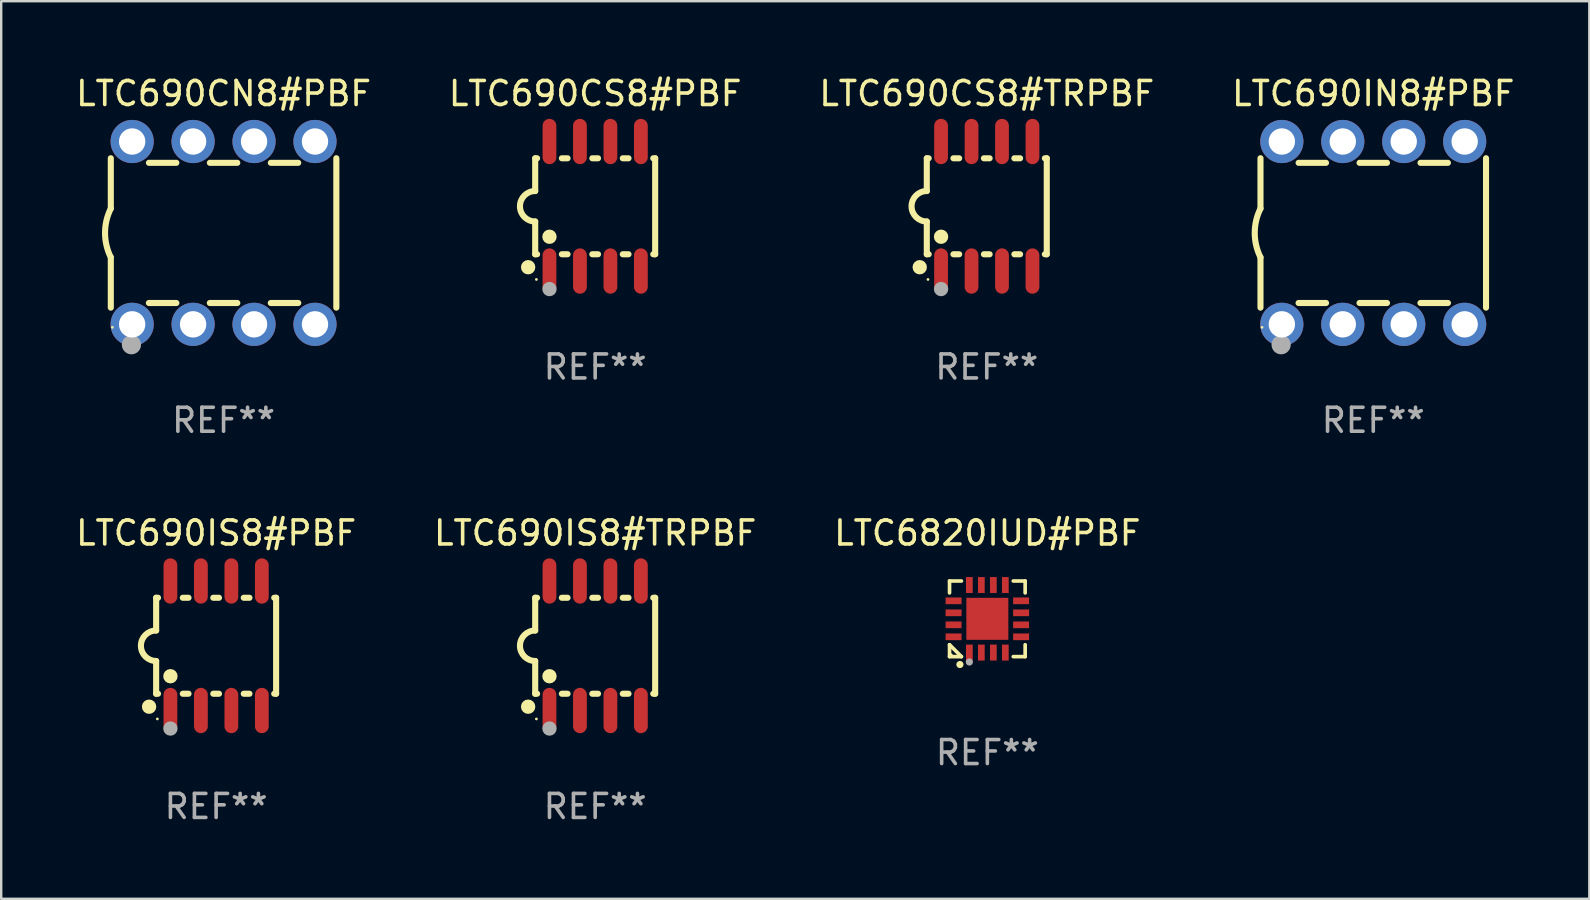
<source format=kicad_pcb>
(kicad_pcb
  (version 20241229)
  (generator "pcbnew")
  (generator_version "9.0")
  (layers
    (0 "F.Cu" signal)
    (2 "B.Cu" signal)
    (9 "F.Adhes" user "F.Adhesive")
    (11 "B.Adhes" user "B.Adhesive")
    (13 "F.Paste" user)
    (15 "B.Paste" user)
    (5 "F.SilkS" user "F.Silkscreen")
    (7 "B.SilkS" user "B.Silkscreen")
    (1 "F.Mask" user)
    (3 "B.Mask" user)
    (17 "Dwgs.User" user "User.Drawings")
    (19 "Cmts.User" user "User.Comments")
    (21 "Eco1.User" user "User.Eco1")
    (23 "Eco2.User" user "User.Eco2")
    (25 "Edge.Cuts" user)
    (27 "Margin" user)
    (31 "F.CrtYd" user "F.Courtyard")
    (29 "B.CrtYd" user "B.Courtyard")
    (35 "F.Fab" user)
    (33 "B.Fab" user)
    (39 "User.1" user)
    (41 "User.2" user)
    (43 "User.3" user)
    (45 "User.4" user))
  (footprint "LTC690CS8#PBF"
    (layer "F.Cu")
    (at 21.756 5.547)
    (property "Reference" "LTC690CS8#PBF" (at 0 -4.699 0) (layer "F.SilkS") (effects (font (size 1 1) (thickness 0.15))))
    (attr through_hole)
    (fp_line (start -2.5 -2) (end -2.5 -0.635) (stroke (width 0.254) (type solid)) (layer "F.SilkS"))
    (fp_line (start -2.5 -2) (end -2.421 -2) (stroke (width 0.254) (type solid)) (layer "F.SilkS"))
    (fp_line (start -2.5 2) (end -2.5 0.635) (stroke (width 0.254) (type solid)) (layer "F.SilkS"))
    (fp_line (start -2.5 2) (end -2.421 2) (stroke (width 0.254) (type solid)) (layer "F.SilkS"))
    (fp_line (start -1.389 -2) (end -1.151 -2) (stroke (width 0.254) (type solid)) (layer "F.SilkS"))
    (fp_line (start -1.389 2) (end -1.151 2) (stroke (width 0.254) (type solid)) (layer "F.SilkS"))
    (fp_line (start -0.119 -2) (end 0.119 -2) (stroke (width 0.254) (type solid)) (layer "F.SilkS"))
    (fp_line (start -0.119 2) (end 0.119 2) (stroke (width 0.254) (type solid)) (layer "F.SilkS"))
    (fp_line (start 1.151 -2) (end 1.389 -2) (stroke (width 0.254) (type solid)) (layer "F.SilkS"))
    (fp_line (start 1.151 2) (end 1.389 2) (stroke (width 0.254) (type solid)) (layer "F.SilkS"))
    (fp_line (start 2.421 -2) (end 2.5 -2) (stroke (width 0.254) (type solid)) (layer "F.SilkS"))
    (fp_line (start 2.421 2) (end 2.5 2) (stroke (width 0.254) (type solid)) (layer "F.SilkS"))
    (fp_line (start 2.5 -2) (end 2.5 2) (stroke (width 0.254) (type solid)) (layer "F.SilkS"))
    (fp_arc (start -2.5 0.635001) (mid -3.134366 -0.000318) (end -2.499365 -0.635001) (stroke (width 0.254001) (type solid)) (layer "F.SilkS"))
    (fp_circle (center -2.794 2.54) (end -2.644 2.54) (stroke (width 0.3) (type solid)) (fill no) (layer "F.SilkS"))
    (fp_circle (center -2.45 3.05) (end -2.42 3.05) (stroke (width 0.06) (type solid)) (fill no) (layer "F.SilkS"))
    (fp_circle (center -1.905 1.27) (end -1.755 1.27) (stroke (width 0.3) (type solid)) (fill no) (layer "F.SilkS"))
    (fp_circle (center -1.905 3.45) (end -1.755 3.45) (stroke (width 0.3) (type solid)) (fill no) (layer "F.Fab"))
    (fp_text user "REF**" (at 0 6.699 0) (layer "F.Fab") (effects (font (size 1 1) (thickness 0.15))))
    (pad "1" smd oval (at -1.905 2.699) (size 0.574 1.888) (layers "F.Cu" "F.Mask" "F.Paste"))
    (pad "2" smd oval (at -0.635 2.699) (size 0.574 1.888) (layers "F.Cu" "F.Mask" "F.Paste"))
    (pad "3" smd oval (at 0.635 2.699) (size 0.574 1.888) (layers "F.Cu" "F.Mask" "F.Paste"))
    (pad "4" smd oval (at 1.905 2.699) (size 0.574 1.888) (layers "F.Cu" "F.Mask" "F.Paste"))
    (pad "5" smd oval (at 1.905 -2.699) (size 0.574 1.888) (layers "F.Cu" "F.Mask" "F.Paste"))
    (pad "6" smd oval (at 0.635 -2.699) (size 0.574 1.888) (layers "F.Cu" "F.Mask" "F.Paste"))
    (pad "7" smd oval (at -0.635 -2.699) (size 0.574 1.888) (layers "F.Cu" "F.Mask" "F.Paste"))
    (pad "8" smd oval (at -1.905 -2.699) (size 0.574 1.888) (layers "F.Cu" "F.Mask" "F.Paste")))
  (footprint "LTC690IN8#PBF"
    (layer "F.Cu")
    (at 54.185 6.658)
    (property "Reference" "LTC690IN8#PBF" (at 0 -5.81 0) (layer "F.SilkS") (effects (font (size 1 1) (thickness 0.15))))
    (attr through_hole)
    (fp_line (start -4.7 -1.017) (end -4.7 -3.113) (stroke (width 0.254) (type solid)) (layer "F.SilkS"))
    (fp_line (start -4.7 1.015) (end -4.7 3.113) (stroke (width 0.254) (type solid)) (layer "F.SilkS"))
    (fp_line (start -3.113 2.92) (end -1.967 2.92) (stroke (width 0.254) (type solid)) (layer "F.SilkS"))
    (fp_line (start -3.111 -2.922) (end -1.969 -2.922) (stroke (width 0.254) (type solid)) (layer "F.SilkS"))
    (fp_line (start -0.573 2.92) (end 0.573 2.92) (stroke (width 0.254) (type solid)) (layer "F.SilkS"))
    (fp_line (start -0.571 -2.922) (end 0.571 -2.922) (stroke (width 0.254) (type solid)) (layer "F.SilkS"))
    (fp_line (start 1.967 2.92) (end 3.113 2.92) (stroke (width 0.254) (type solid)) (layer "F.SilkS"))
    (fp_line (start 1.969 -2.922) (end 3.111 -2.922) (stroke (width 0.254) (type solid)) (layer "F.SilkS"))
    (fp_line (start 4.7 -3.113) (end 4.7 3.113) (stroke (width 0.254) (type solid)) (layer "F.SilkS"))
    (fp_arc (start -4.7 1.01524) (mid -4.939846 -0.000762) (end -4.7 -1.016764) (stroke (width 0.254001) (type solid)) (layer "F.SilkS"))
    (fp_circle (center -4.636 3.935) (end -4.606 3.935) (stroke (width 0.06) (type solid)) (fill no) (layer "F.SilkS"))
    (fp_circle (center -3.84 4.66) (end -3.64 4.66) (stroke (width 0.4) (type solid)) (fill no) (layer "F.Fab"))
    (fp_text user "REF**" (at 0 7.81 0) (layer "F.Fab") (effects (font (size 1 1) (thickness 0.15))))
    (pad "1" thru_hole circle (at -3.81 3.81) (size 1.8 1.8) (drill 1.1) (layers "*.Cu" "*.Mask"))
    (pad "2" thru_hole circle (at -1.27 3.81) (size 1.8 1.8) (drill 1.1) (layers "*.Cu" "*.Mask"))
    (pad "3" thru_hole circle (at 1.27 3.81) (size 1.8 1.8) (drill 1.1) (layers "*.Cu" "*.Mask"))
    (pad "4" thru_hole circle (at 3.81 3.81) (size 1.8 1.8) (drill 1.1) (layers "*.Cu" "*.Mask"))
    (pad "5" thru_hole circle (at 3.81 -3.81) (size 1.8 1.8) (drill 1.1) (layers "*.Cu" "*.Mask"))
    (pad "6" thru_hole circle (at 1.27 -3.81) (size 1.8 1.8) (drill 1.1) (layers "*.Cu" "*.Mask"))
    (pad "7" thru_hole circle (at -1.27 -3.81) (size 1.8 1.8) (drill 1.1) (layers "*.Cu" "*.Mask"))
    (pad "8" thru_hole circle (at -3.81 -3.81) (size 1.8 1.8) (drill 1.1) (layers "*.Cu" "*.Mask")))
  (footprint "LTC690IS8#TRPBF"
    (layer "F.Cu")
    (at 21.756 23.864)
    (property "Reference" "LTC690IS8#TRPBF" (at 0 -4.699 0) (layer "F.SilkS") (effects (font (size 1 1) (thickness 0.15))))
    (attr through_hole)
    (fp_line (start -2.5 -2) (end -2.5 -0.635) (stroke (width 0.254) (type solid)) (layer "F.SilkS"))
    (fp_line (start -2.5 -2) (end -2.421 -2) (stroke (width 0.254) (type solid)) (layer "F.SilkS"))
    (fp_line (start -2.5 2) (end -2.5 0.635) (stroke (width 0.254) (type solid)) (layer "F.SilkS"))
    (fp_line (start -2.5 2) (end -2.421 2) (stroke (width 0.254) (type solid)) (layer "F.SilkS"))
    (fp_line (start -1.389 -2) (end -1.151 -2) (stroke (width 0.254) (type solid)) (layer "F.SilkS"))
    (fp_line (start -1.389 2) (end -1.151 2) (stroke (width 0.254) (type solid)) (layer "F.SilkS"))
    (fp_line (start -0.119 -2) (end 0.119 -2) (stroke (width 0.254) (type solid)) (layer "F.SilkS"))
    (fp_line (start -0.119 2) (end 0.119 2) (stroke (width 0.254) (type solid)) (layer "F.SilkS"))
    (fp_line (start 1.151 -2) (end 1.389 -2) (stroke (width 0.254) (type solid)) (layer "F.SilkS"))
    (fp_line (start 1.151 2) (end 1.389 2) (stroke (width 0.254) (type solid)) (layer "F.SilkS"))
    (fp_line (start 2.421 -2) (end 2.5 -2) (stroke (width 0.254) (type solid)) (layer "F.SilkS"))
    (fp_line (start 2.421 2) (end 2.5 2) (stroke (width 0.254) (type solid)) (layer "F.SilkS"))
    (fp_line (start 2.5 -2) (end 2.5 2) (stroke (width 0.254) (type solid)) (layer "F.SilkS"))
    (fp_arc (start -2.5 0.635001) (mid -3.134366 -0.000318) (end -2.499365 -0.635001) (stroke (width 0.254001) (type solid)) (layer "F.SilkS"))
    (fp_circle (center -2.794 2.54) (end -2.644 2.54) (stroke (width 0.3) (type solid)) (fill no) (layer "F.SilkS"))
    (fp_circle (center -2.45 3.05) (end -2.42 3.05) (stroke (width 0.06) (type solid)) (fill no) (layer "F.SilkS"))
    (fp_circle (center -1.905 1.27) (end -1.755 1.27) (stroke (width 0.3) (type solid)) (fill no) (layer "F.SilkS"))
    (fp_circle (center -1.905 3.45) (end -1.755 3.45) (stroke (width 0.3) (type solid)) (fill no) (layer "F.Fab"))
    (fp_text user "REF**" (at 0 6.699 0) (layer "F.Fab") (effects (font (size 1 1) (thickness 0.15))))
    (pad "1" smd oval (at -1.905 2.699) (size 0.574 1.888) (layers "F.Cu" "F.Mask" "F.Paste"))
    (pad "2" smd oval (at -0.635 2.699) (size 0.574 1.888) (layers "F.Cu" "F.Mask" "F.Paste"))
    (pad "3" smd oval (at 0.635 2.699) (size 0.574 1.888) (layers "F.Cu" "F.Mask" "F.Paste"))
    (pad "4" smd oval (at 1.905 2.699) (size 0.574 1.888) (layers "F.Cu" "F.Mask" "F.Paste"))
    (pad "5" smd oval (at 1.905 -2.699) (size 0.574 1.888) (layers "F.Cu" "F.Mask" "F.Paste"))
    (pad "6" smd oval (at 0.635 -2.699) (size 0.574 1.888) (layers "F.Cu" "F.Mask" "F.Paste"))
    (pad "7" smd oval (at -0.635 -2.699) (size 0.574 1.888) (layers "F.Cu" "F.Mask" "F.Paste"))
    (pad "8" smd oval (at -1.905 -2.699) (size 0.574 1.888) (layers "F.Cu" "F.Mask" "F.Paste")))
  (footprint "LTC690IS8#PBF"
    (layer "F.Cu")
    (at 5.958 23.864)
    (property "Reference" "LTC690IS8#PBF" (at 0 -4.699 0) (layer "F.SilkS") (effects (font (size 1 1) (thickness 0.15))))
    (attr through_hole)
    (fp_line (start -2.5 -2) (end -2.5 -0.635) (stroke (width 0.254) (type solid)) (layer "F.SilkS"))
    (fp_line (start -2.5 -2) (end -2.421 -2) (stroke (width 0.254) (type solid)) (layer "F.SilkS"))
    (fp_line (start -2.5 2) (end -2.5 0.635) (stroke (width 0.254) (type solid)) (layer "F.SilkS"))
    (fp_line (start -2.5 2) (end -2.421 2) (stroke (width 0.254) (type solid)) (layer "F.SilkS"))
    (fp_line (start -1.389 -2) (end -1.151 -2) (stroke (width 0.254) (type solid)) (layer "F.SilkS"))
    (fp_line (start -1.389 2) (end -1.151 2) (stroke (width 0.254) (type solid)) (layer "F.SilkS"))
    (fp_line (start -0.119 -2) (end 0.119 -2) (stroke (width 0.254) (type solid)) (layer "F.SilkS"))
    (fp_line (start -0.119 2) (end 0.119 2) (stroke (width 0.254) (type solid)) (layer "F.SilkS"))
    (fp_line (start 1.151 -2) (end 1.389 -2) (stroke (width 0.254) (type solid)) (layer "F.SilkS"))
    (fp_line (start 1.151 2) (end 1.389 2) (stroke (width 0.254) (type solid)) (layer "F.SilkS"))
    (fp_line (start 2.421 -2) (end 2.5 -2) (stroke (width 0.254) (type solid)) (layer "F.SilkS"))
    (fp_line (start 2.421 2) (end 2.5 2) (stroke (width 0.254) (type solid)) (layer "F.SilkS"))
    (fp_line (start 2.5 -2) (end 2.5 2) (stroke (width 0.254) (type solid)) (layer "F.SilkS"))
    (fp_arc (start -2.5 0.635001) (mid -3.134366 -0.000318) (end -2.499365 -0.635001) (stroke (width 0.254001) (type solid)) (layer "F.SilkS"))
    (fp_circle (center -2.794 2.54) (end -2.644 2.54) (stroke (width 0.3) (type solid)) (fill no) (layer "F.SilkS"))
    (fp_circle (center -2.45 3.05) (end -2.42 3.05) (stroke (width 0.06) (type solid)) (fill no) (layer "F.SilkS"))
    (fp_circle (center -1.905 1.27) (end -1.755 1.27) (stroke (width 0.3) (type solid)) (fill no) (layer "F.SilkS"))
    (fp_circle (center -1.905 3.45) (end -1.755 3.45) (stroke (width 0.3) (type solid)) (fill no) (layer "F.Fab"))
    (fp_text user "REF**" (at 0 6.699 0) (layer "F.Fab") (effects (font (size 1 1) (thickness 0.15))))
    (pad "1" smd oval (at -1.905 2.699) (size 0.574 1.888) (layers "F.Cu" "F.Mask" "F.Paste"))
    (pad "2" smd oval (at -0.635 2.699) (size 0.574 1.888) (layers "F.Cu" "F.Mask" "F.Paste"))
    (pad "3" smd oval (at 0.635 2.699) (size 0.574 1.888) (layers "F.Cu" "F.Mask" "F.Paste"))
    (pad "4" smd oval (at 1.905 2.699) (size 0.574 1.888) (layers "F.Cu" "F.Mask" "F.Paste"))
    (pad "5" smd oval (at 1.905 -2.699) (size 0.574 1.888) (layers "F.Cu" "F.Mask" "F.Paste"))
    (pad "6" smd oval (at 0.635 -2.699) (size 0.574 1.888) (layers "F.Cu" "F.Mask" "F.Paste"))
    (pad "7" smd oval (at -0.635 -2.699) (size 0.574 1.888) (layers "F.Cu" "F.Mask" "F.Paste"))
    (pad "8" smd oval (at -1.905 -2.699) (size 0.574 1.888) (layers "F.Cu" "F.Mask" "F.Paste")))
  (footprint "LTC690CS8#TRPBF"
    (layer "F.Cu")
    (at 38.077 5.547)
    (property "Reference" "LTC690CS8#TRPBF" (at 0 -4.699 0) (layer "F.SilkS") (effects (font (size 1 1) (thickness 0.15))))
    (attr through_hole)
    (fp_line (start -2.5 -2) (end -2.5 -0.635) (stroke (width 0.254) (type solid)) (layer "F.SilkS"))
    (fp_line (start -2.5 -2) (end -2.421 -2) (stroke (width 0.254) (type solid)) (layer "F.SilkS"))
    (fp_line (start -2.5 2) (end -2.5 0.635) (stroke (width 0.254) (type solid)) (layer "F.SilkS"))
    (fp_line (start -2.5 2) (end -2.421 2) (stroke (width 0.254) (type solid)) (layer "F.SilkS"))
    (fp_line (start -1.389 -2) (end -1.151 -2) (stroke (width 0.254) (type solid)) (layer "F.SilkS"))
    (fp_line (start -1.389 2) (end -1.151 2) (stroke (width 0.254) (type solid)) (layer "F.SilkS"))
    (fp_line (start -0.119 -2) (end 0.119 -2) (stroke (width 0.254) (type solid)) (layer "F.SilkS"))
    (fp_line (start -0.119 2) (end 0.119 2) (stroke (width 0.254) (type solid)) (layer "F.SilkS"))
    (fp_line (start 1.151 -2) (end 1.389 -2) (stroke (width 0.254) (type solid)) (layer "F.SilkS"))
    (fp_line (start 1.151 2) (end 1.389 2) (stroke (width 0.254) (type solid)) (layer "F.SilkS"))
    (fp_line (start 2.421 -2) (end 2.5 -2) (stroke (width 0.254) (type solid)) (layer "F.SilkS"))
    (fp_line (start 2.421 2) (end 2.5 2) (stroke (width 0.254) (type solid)) (layer "F.SilkS"))
    (fp_line (start 2.5 -2) (end 2.5 2) (stroke (width 0.254) (type solid)) (layer "F.SilkS"))
    (fp_arc (start -2.5 0.635001) (mid -3.134366 -0.000318) (end -2.499365 -0.635001) (stroke (width 0.254001) (type solid)) (layer "F.SilkS"))
    (fp_circle (center -2.794 2.54) (end -2.644 2.54) (stroke (width 0.3) (type solid)) (fill no) (layer "F.SilkS"))
    (fp_circle (center -2.45 3.05) (end -2.42 3.05) (stroke (width 0.06) (type solid)) (fill no) (layer "F.SilkS"))
    (fp_circle (center -1.905 1.27) (end -1.755 1.27) (stroke (width 0.3) (type solid)) (fill no) (layer "F.SilkS"))
    (fp_circle (center -1.905 3.45) (end -1.755 3.45) (stroke (width 0.3) (type solid)) (fill no) (layer "F.Fab"))
    (fp_text user "REF**" (at 0 6.699 0) (layer "F.Fab") (effects (font (size 1 1) (thickness 0.15))))
    (pad "1" smd oval (at -1.905 2.699) (size 0.574 1.888) (layers "F.Cu" "F.Mask" "F.Paste"))
    (pad "2" smd oval (at -0.635 2.699) (size 0.574 1.888) (layers "F.Cu" "F.Mask" "F.Paste"))
    (pad "3" smd oval (at 0.635 2.699) (size 0.574 1.888) (layers "F.Cu" "F.Mask" "F.Paste"))
    (pad "4" smd oval (at 1.905 2.699) (size 0.574 1.888) (layers "F.Cu" "F.Mask" "F.Paste"))
    (pad "5" smd oval (at 1.905 -2.699) (size 0.574 1.888) (layers "F.Cu" "F.Mask" "F.Paste"))
    (pad "6" smd oval (at 0.635 -2.699) (size 0.574 1.888) (layers "F.Cu" "F.Mask" "F.Paste"))
    (pad "7" smd oval (at -0.635 -2.699) (size 0.574 1.888) (layers "F.Cu" "F.Mask" "F.Paste"))
    (pad "8" smd oval (at -1.905 -2.699) (size 0.574 1.888) (layers "F.Cu" "F.Mask" "F.Paste")))
  (footprint "LTC6820IUD#PBF"
    (layer "F.Cu")
    (at 38.101 22.741)
    (property "Reference" "LTC6820IUD#PBF" (at 0 -3.576 0) (layer "F.SilkS") (effects (font (size 1 1) (thickness 0.15))))
    (attr through_hole)
    (fp_line (start -1.576 -1.576) (end -1.08 -1.576) (stroke (width 0.152) (type solid)) (layer "F.SilkS"))
    (fp_line (start -1.576 -1.08) (end -1.576 -1.576) (stroke (width 0.152) (type solid)) (layer "F.SilkS"))
    (fp_line (start -1.576 1.08) (end -1.576 1.576) (stroke (width 0.152) (type solid)) (layer "F.SilkS"))
    (fp_line (start -1.576 1.576) (end -1.08 1.576) (stroke (width 0.152) (type solid)) (layer "F.SilkS"))
    (fp_line (start -1.08 1.576) (end -1.576 1.08) (stroke (width 0.152) (type solid)) (layer "F.SilkS"))
    (fp_line (start 1.576 -1.576) (end 1.08 -1.576) (stroke (width 0.152) (type solid)) (layer "F.SilkS"))
    (fp_line (start 1.576 -1.08) (end 1.576 -1.576) (stroke (width 0.152) (type solid)) (layer "F.SilkS"))
    (fp_line (start 1.576 1.08) (end 1.576 1.576) (stroke (width 0.152) (type solid)) (layer "F.SilkS"))
    (fp_line (start 1.576 1.576) (end 1.08 1.576) (stroke (width 0.152) (type solid)) (layer "F.SilkS"))
    (fp_circle (center -1.5 1.5) (end -1.47 1.5) (stroke (width 0.06) (type solid)) (fill no) (layer "F.SilkS"))
    (fp_circle (center -1.143 1.905) (end -1.068 1.905) (stroke (width 0.15) (type solid)) (fill no) (layer "F.SilkS"))
    (fp_circle (center -0.75 1.8) (end -0.675 1.8) (stroke (width 0.15) (type solid)) (fill no) (layer "F.Fab"))
    (fp_text user "REF**" (at 0 5.576 0) (layer "F.Fab") (effects (font (size 1 1) (thickness 0.15))))
    (pad "1" smd rect (at -0.75 1.407) (size 0.28 0.665) (layers "F.Cu" "F.Mask" "F.Paste"))
    (pad "2" smd rect (at -0.25 1.407) (size 0.28 0.665) (layers "F.Cu" "F.Mask" "F.Paste"))
    (pad "3" smd rect (at 0.25 1.407) (size 0.28 0.665) (layers "F.Cu" "F.Mask" "F.Paste"))
    (pad "4" smd rect (at 0.75 1.407) (size 0.28 0.665) (layers "F.Cu" "F.Mask" "F.Paste"))
    (pad "5" smd rect (at 1.407 0.75) (size 0.665 0.28) (layers "F.Cu" "F.Mask" "F.Paste"))
    (pad "6" smd rect (at 1.407 0.25) (size 0.665 0.28) (layers "F.Cu" "F.Mask" "F.Paste"))
    (pad "7" smd rect (at 1.407 -0.25) (size 0.665 0.28) (layers "F.Cu" "F.Mask" "F.Paste"))
    (pad "8" smd rect (at 1.407 -0.75) (size 0.665 0.28) (layers "F.Cu" "F.Mask" "F.Paste"))
    (pad "9" smd rect (at 0.75 -1.407) (size 0.28 0.665) (layers "F.Cu" "F.Mask" "F.Paste"))
    (pad "10" smd rect (at 0.25 -1.407) (size 0.28 0.665) (layers "F.Cu" "F.Mask" "F.Paste"))
    (pad "11" smd rect (at -0.25 -1.407) (size 0.28 0.665) (layers "F.Cu" "F.Mask" "F.Paste"))
    (pad "12" smd rect (at -0.75 -1.407) (size 0.28 0.665) (layers "F.Cu" "F.Mask" "F.Paste"))
    (pad "13" smd rect (at -1.407 -0.75) (size 0.665 0.28) (layers "F.Cu" "F.Mask" "F.Paste"))
    (pad "14" smd rect (at -1.407 -0.25) (size 0.665 0.28) (layers "F.Cu" "F.Mask" "F.Paste"))
    (pad "15" smd rect (at -1.407 0.25) (size 0.665 0.28) (layers "F.Cu" "F.Mask" "F.Paste"))
    (pad "16" smd rect (at -1.407 0.75) (size 0.665 0.28) (layers "F.Cu" "F.Mask" "F.Paste"))
    (pad "17" smd rect (at 0 0) (size 1.75 1.75) (layers "F.Cu" "F.Mask" "F.Paste")))
  (footprint "LTC690CN8#PBF"
    (layer "F.Cu")
    (at 6.268 6.658)
    (property "Reference" "LTC690CN8#PBF" (at 0 -5.81 0) (layer "F.SilkS") (effects (font (size 1 1) (thickness 0.15))))
    (attr through_hole)
    (fp_line (start -4.7 -1.017) (end -4.7 -3.113) (stroke (width 0.254) (type solid)) (layer "F.SilkS"))
    (fp_line (start -4.7 1.015) (end -4.7 3.113) (stroke (width 0.254) (type solid)) (layer "F.SilkS"))
    (fp_line (start -3.113 2.92) (end -1.967 2.92) (stroke (width 0.254) (type solid)) (layer "F.SilkS"))
    (fp_line (start -3.111 -2.922) (end -1.969 -2.922) (stroke (width 0.254) (type solid)) (layer "F.SilkS"))
    (fp_line (start -0.573 2.92) (end 0.573 2.92) (stroke (width 0.254) (type solid)) (layer "F.SilkS"))
    (fp_line (start -0.571 -2.922) (end 0.571 -2.922) (stroke (width 0.254) (type solid)) (layer "F.SilkS"))
    (fp_line (start 1.967 2.92) (end 3.113 2.92) (stroke (width 0.254) (type solid)) (layer "F.SilkS"))
    (fp_line (start 1.969 -2.922) (end 3.111 -2.922) (stroke (width 0.254) (type solid)) (layer "F.SilkS"))
    (fp_line (start 4.7 -3.113) (end 4.7 3.113) (stroke (width 0.254) (type solid)) (layer "F.SilkS"))
    (fp_arc (start -4.7 1.01524) (mid -4.939846 -0.000762) (end -4.7 -1.016764) (stroke (width 0.254001) (type solid)) (layer "F.SilkS"))
    (fp_circle (center -4.636 3.935) (end -4.606 3.935) (stroke (width 0.06) (type solid)) (fill no) (layer "F.SilkS"))
    (fp_circle (center -3.84 4.66) (end -3.64 4.66) (stroke (width 0.4) (type solid)) (fill no) (layer "F.Fab"))
    (fp_text user "REF**" (at 0 7.81 0) (layer "F.Fab") (effects (font (size 1 1) (thickness 0.15))))
    (pad "1" thru_hole circle (at -3.81 3.81) (size 1.8 1.8) (drill 1.1) (layers "*.Cu" "*.Mask"))
    (pad "2" thru_hole circle (at -1.27 3.81) (size 1.8 1.8) (drill 1.1) (layers "*.Cu" "*.Mask"))
    (pad "3" thru_hole circle (at 1.27 3.81) (size 1.8 1.8) (drill 1.1) (layers "*.Cu" "*.Mask"))
    (pad "4" thru_hole circle (at 3.81 3.81) (size 1.8 1.8) (drill 1.1) (layers "*.Cu" "*.Mask"))
    (pad "5" thru_hole circle (at 3.81 -3.81) (size 1.8 1.8) (drill 1.1) (layers "*.Cu" "*.Mask"))
    (pad "6" thru_hole circle (at 1.27 -3.81) (size 1.8 1.8) (drill 1.1) (layers "*.Cu" "*.Mask"))
    (pad "7" thru_hole circle (at -1.27 -3.81) (size 1.8 1.8) (drill 1.1) (layers "*.Cu" "*.Mask"))
    (pad "8" thru_hole circle (at -3.81 -3.81) (size 1.8 1.8) (drill 1.1) (layers "*.Cu" "*.Mask")))
  (gr_rect
    (start -3 -3)
    (end 63.19 34.411)
    (stroke (width 0.1) (type default))
    (fill no)
    (layer "Edge.Cuts")))
</source>
